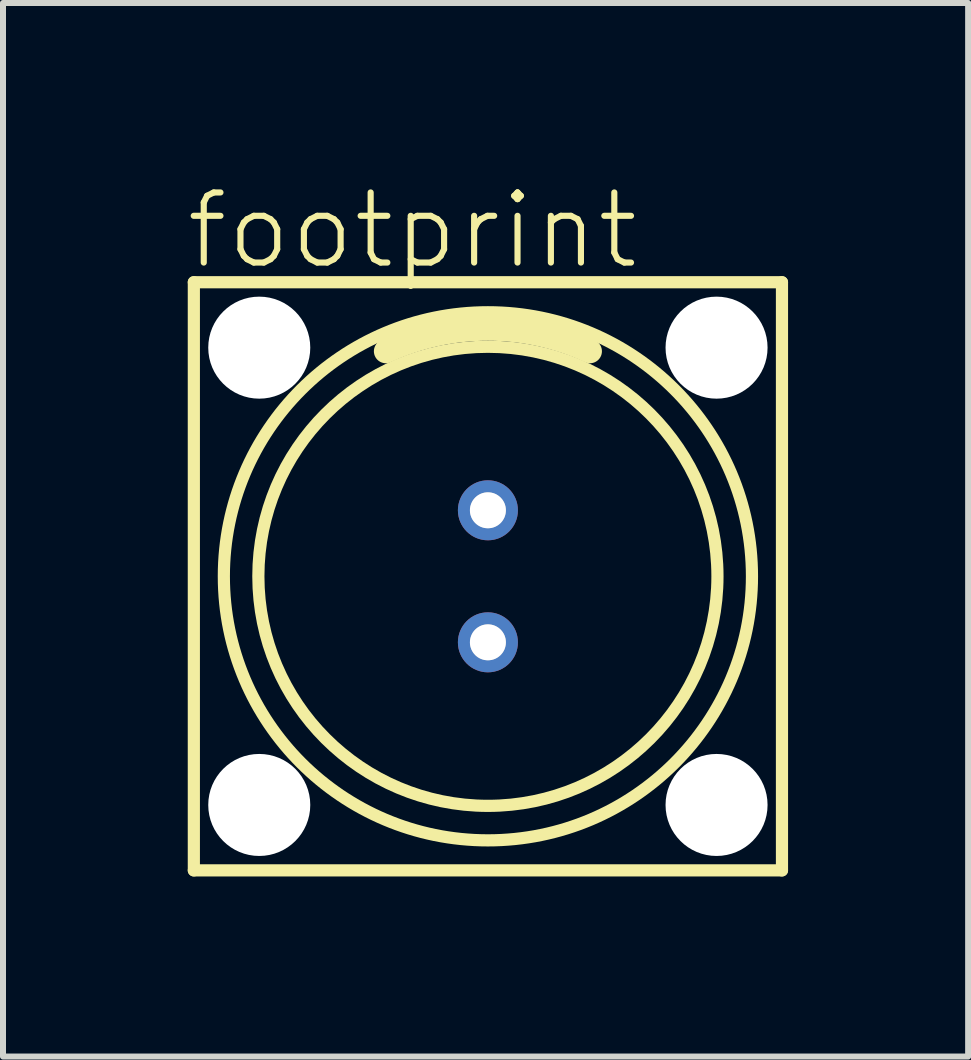
<source format=kicad_pcb>
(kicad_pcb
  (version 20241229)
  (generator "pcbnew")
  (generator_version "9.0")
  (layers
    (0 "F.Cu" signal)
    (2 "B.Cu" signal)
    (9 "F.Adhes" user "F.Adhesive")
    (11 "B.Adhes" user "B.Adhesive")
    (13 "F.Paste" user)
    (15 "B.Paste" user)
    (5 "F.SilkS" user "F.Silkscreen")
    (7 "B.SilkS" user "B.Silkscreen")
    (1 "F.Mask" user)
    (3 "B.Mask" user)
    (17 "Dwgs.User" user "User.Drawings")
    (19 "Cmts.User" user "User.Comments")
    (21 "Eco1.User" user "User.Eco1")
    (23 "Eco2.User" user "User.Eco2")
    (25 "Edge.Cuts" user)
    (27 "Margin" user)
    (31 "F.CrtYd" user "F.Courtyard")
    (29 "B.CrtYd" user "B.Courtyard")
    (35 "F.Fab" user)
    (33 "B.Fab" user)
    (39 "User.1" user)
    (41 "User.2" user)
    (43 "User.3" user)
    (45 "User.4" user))
  (footprint "footprint"
    (layer "F.Cu")
    (at 5.08 6.553)
    (property "Reference" "footprint" (at -5.08 -5.08 0) (layer "F.SilkS") (effects (font (size 1.168 1.168) (thickness 0.102)) (justify left bottom)))
    (fp_line (start -4.9 -4.9) (end 4.9 -4.9) (stroke (width 0.203) (type solid)) (layer "F.SilkS"))
    (fp_line (start -4.9 4.9) (end -4.9 -4.9) (stroke (width 0.203) (type solid)) (layer "F.SilkS"))
    (fp_line (start 4.9 -4.9) (end 4.9 4.9) (stroke (width 0.203) (type solid)) (layer "F.SilkS"))
    (fp_line (start 4.9 4.9) (end -4.9 4.9) (stroke (width 0.203) (type solid)) (layer "F.SilkS"))
    (fp_arc (start -1.7 -3.75) (mid 0 -4.125003) (end 1.7 -3.75) (stroke (width 0.4) (type solid)) (layer "F.SilkS"))
    (fp_circle (center 0 0) (end 3.825 0) (stroke (width 0.203) (type solid)) (fill no) (layer "F.SilkS"))
    (fp_circle (center 0 0) (end 4.4 0) (stroke (width 0.203) (type solid)) (fill no) (layer "F.SilkS"))
    (fp_circle (center 0 -1.1) (end 0.198 -1.1) (stroke (width 0.203) (type solid)) (fill no) (layer "F.Fab"))
    (fp_circle (center 0 1.1) (end 0.198 1.1) (stroke (width 0.203) (type solid)) (fill no) (layer "F.Fab"))
    (pad "" np_thru_hole circle (at -3.81 -3.81) (size 1.7 1.7) (drill 1.7) (layers "*.Cu" "*.Mask"))
    (pad "" np_thru_hole circle (at -3.81 3.81) (size 1.7 1.7) (drill 1.7) (layers "*.Cu" "*.Mask"))
    (pad "" np_thru_hole circle (at 3.81 -3.81) (size 1.7 1.7) (drill 1.7) (layers "*.Cu" "*.Mask"))
    (pad "" np_thru_hole circle (at 3.81 3.81) (size 1.7 1.7) (drill 1.7) (layers "*.Cu" "*.Mask"))
    (pad "1" thru_hole circle (at 0 -1.1) (size 1 1) (drill 0.6) (layers "*.Cu" "*.Mask"))
    (pad "2" thru_hole circle (at 0 1.1) (size 1 1) (drill 0.6) (layers "*.Cu" "*.Mask")))
  (gr_rect
    (start -3 -3)
    (end 13.082 14.555)
    (stroke (width 0.1) (type default))
    (fill no)
    (layer "Edge.Cuts")))
</source>
